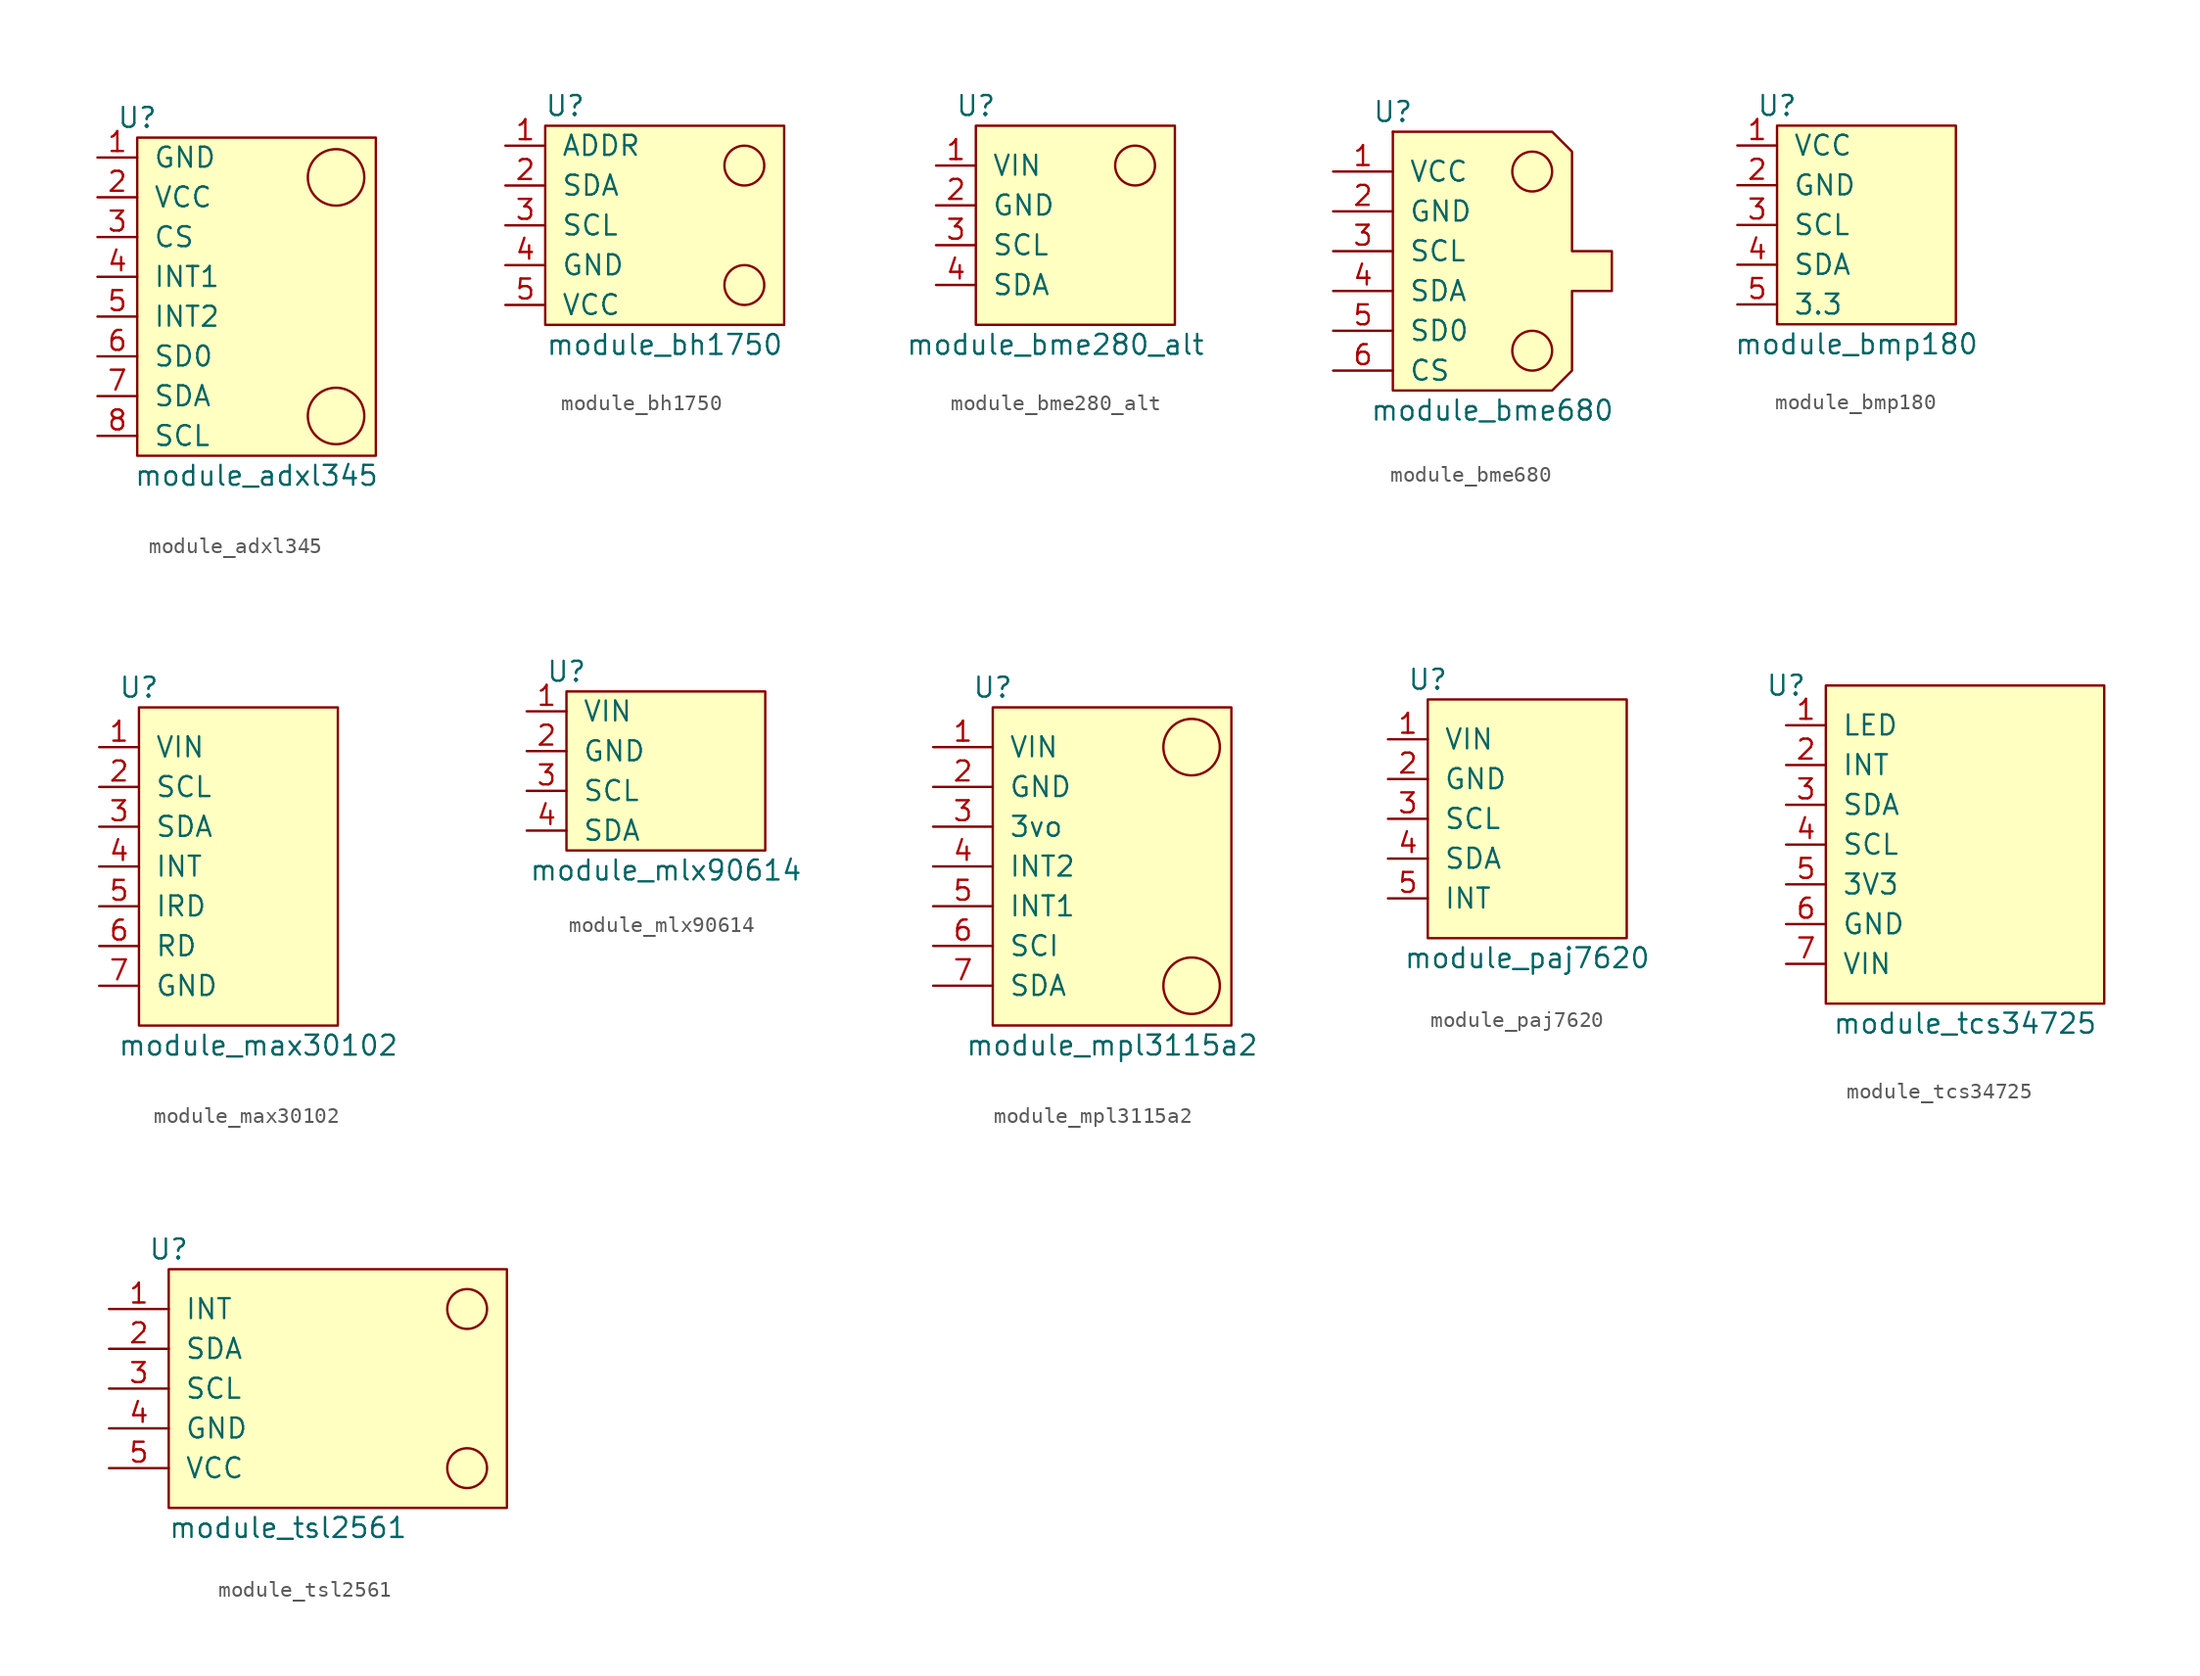
<source format=kicad_sym>
(kicad_symbol_lib
  (version 20211014)
  (generator kicad_symbol_editor)
  (symbol "module_adxl345"
    (pin_names
      (offset 1.016))
    (property "Reference" "U"
      (at 2.54 13.97 0)
      (effects (font (size 1.27 1.27))))
    (property "Value" "module_adxl345"
      (at 10.16 -8.89 0)
      (effects (font (size 1.27 1.27))))
    (symbol "module_adxl345_0_1"
      (rectangle (start 2.54 12.7) (end 17.78 -7.62) (stroke (width 0) (type default) (color 0 0 0 0)) (fill (type background)))
      (circle (center 15.24 -5.08) (radius 1.803) (stroke (width 0) (type default) (color 0 0 0 0)) (fill (type none)))
      (circle (center 15.24 10.16) (radius 1.803) (stroke (width 0) (type default) (color 0 0 0 0)) (fill (type none))))
    (symbol "module_adxl345_1_1"
      (pin input line (at 0 11.43 0) (length 2.54) (name "GND" (effects (font (size 1.27 1.27)))) (number "1" (effects (font (size 1.27 1.27)))))
      (pin input line (at 0 8.89 0) (length 2.54) (name "VCC" (effects (font (size 1.27 1.27)))) (number "2" (effects (font (size 1.27 1.27)))))
      (pin input line (at 0 6.35 0) (length 2.54) (name "CS" (effects (font (size 1.27 1.27)))) (number "3" (effects (font (size 1.27 1.27)))))
      (pin input line (at 0 3.81 0) (length 2.54) (name "INT1" (effects (font (size 1.27 1.27)))) (number "4" (effects (font (size 1.27 1.27)))))
      (pin input line (at 0 1.27 0) (length 2.54) (name "INT2" (effects (font (size 1.27 1.27)))) (number "5" (effects (font (size 1.27 1.27)))))
      (pin input line (at 0 -1.27 0) (length 2.54) (name "SD0" (effects (font (size 1.27 1.27)))) (number "6" (effects (font (size 1.27 1.27)))))
      (pin input line (at 0 -3.81 0) (length 2.54) (name "SDA" (effects (font (size 1.27 1.27)))) (number "7" (effects (font (size 1.27 1.27)))))
      (pin input line (at 0 -6.35 0) (length 2.54) (name "SCL" (effects (font (size 1.27 1.27)))) (number "8" (effects (font (size 1.27 1.27)))))))
  (symbol "module_bh1750"
    (pin_names
      (offset 1.016))
    (property "Reference" "U"
      (at 3.81 10.16 0)
      (effects (font (size 1.27 1.27))))
    (property "Value" "module_bh1750"
      (at 10.16 -5.08 0)
      (effects (font (size 1.27 1.27))))
    (symbol "module_bh1750_0_1"
      (rectangle (start 2.54 8.89) (end 17.78 -3.81) (stroke (width 0) (type default) (color 0 0 0 0)) (fill (type background)))
      (circle (center 15.24 -1.27) (radius 1.27) (stroke (width 0) (type default) (color 0 0 0 0)) (fill (type none)))
      (circle (center 15.24 6.35) (radius 1.27) (stroke (width 0) (type default) (color 0 0 0 0)) (fill (type none))))
    (symbol "module_bh1750_1_1"
      (pin input line (at 0 7.62 0) (length 2.54) (name "ADDR" (effects (font (size 1.27 1.27)))) (number "1" (effects (font (size 1.27 1.27)))))
      (pin input line (at 0 5.08 0) (length 2.54) (name "SDA" (effects (font (size 1.27 1.27)))) (number "2" (effects (font (size 1.27 1.27)))))
      (pin input line (at 0 2.54 0) (length 2.54) (name "SCL" (effects (font (size 1.27 1.27)))) (number "3" (effects (font (size 1.27 1.27)))))
      (pin input line (at 0 0 0) (length 2.54) (name "GND" (effects (font (size 1.27 1.27)))) (number "4" (effects (font (size 1.27 1.27)))))
      (pin input line (at 0 -2.54 0) (length 2.54) (name "VCC" (effects (font (size 1.27 1.27)))) (number "5" (effects (font (size 1.27 1.27)))))))
  (symbol "module_bme280_alt"
    (pin_names
      (offset 1.016))
    (property "Reference" "U"
      (at 2.54 17.78 0)
      (effects (font (size 1.27 1.27))))
    (property "Value" "module_bme280_alt"
      (at 7.62 2.54 0)
      (effects (font (size 1.27 1.27))))
    (symbol "module_bme280_alt_0_1"
      (rectangle (start 2.54 16.51) (end 15.24 3.81) (stroke (width 0) (type default) (color 0 0 0 0)) (fill (type background)))
      (circle (center 12.7 13.97) (radius 1.27) (stroke (width 0) (type default) (color 0 0 0 0)) (fill (type none))))
    (symbol "module_bme280_alt_1_1"
      (pin input line (at 0 13.97 0) (length 2.54) (name "VIN" (effects (font (size 1.27 1.27)))) (number "1" (effects (font (size 1.27 1.27)))))
      (pin input line (at 0 11.43 0) (length 2.54) (name "GND" (effects (font (size 1.27 1.27)))) (number "2" (effects (font (size 1.27 1.27)))))
      (pin input line (at 0 8.89 0) (length 2.54) (name "SCL" (effects (font (size 1.27 1.27)))) (number "3" (effects (font (size 1.27 1.27)))))
      (pin input line (at 0 6.35 0) (length 2.54) (name "SDA" (effects (font (size 1.27 1.27)))) (number "4" (effects (font (size 1.27 1.27)))))))
  (symbol "module_bme680"
    (pin_names
      (offset 1.016))
    (property "Reference" "U"
      (at 1.27 17.78 0)
      (effects (font (size 1.27 1.27))))
    (property "Value" "module_bme680"
      (at 7.62 -1.27 0)
      (effects (font (size 1.27 1.27))))
    (symbol "module_bme680_0_1"
      (polyline (pts (xy 1.27 16.51) (xy 1.27 16.51)) (stroke (width 0) (type default) (color 0 0 0 0)) (fill (type none)))
      (polyline (pts (xy 1.27 13.97) (xy 1.27 16.51) (xy 11.43 16.51) (xy 12.7 15.24) (xy 12.7 8.89) (xy 15.24 8.89) (xy 15.24 6.35) (xy 12.7 6.35) (xy 12.7 1.27) (xy 11.43 0) (xy 1.27 0) (xy 1.27 13.97) (xy 1.27 16.51)) (stroke (width 0) (type default) (color 0 0 0 0)) (fill (type background)))
      (circle (center 10.16 2.54) (radius 1.27) (stroke (width 0) (type default) (color 0 0 0 0)) (fill (type none)))
      (circle (center 10.16 13.97) (radius 1.27) (stroke (width 0) (type default) (color 0 0 0 0)) (fill (type none))))
    (symbol "module_bme680_1_1"
      (pin passive line (at -2.54 13.97 0) (length 3.81) (name "VCC" (effects (font (size 1.27 1.27)))) (number "1" (effects (font (size 1.27 1.27)))))
      (pin passive line (at -2.54 11.43 0) (length 3.81) (name "GND" (effects (font (size 1.27 1.27)))) (number "2" (effects (font (size 1.27 1.27)))))
      (pin passive line (at -2.54 8.89 0) (length 3.81) (name "SCL" (effects (font (size 1.27 1.27)))) (number "3" (effects (font (size 1.27 1.27)))))
      (pin passive line (at -2.54 6.35 0) (length 3.81) (name "SDA" (effects (font (size 1.27 1.27)))) (number "4" (effects (font (size 1.27 1.27)))))
      (pin passive line (at -2.54 3.81 0) (length 3.81) (name "SD0" (effects (font (size 1.27 1.27)))) (number "5" (effects (font (size 1.27 1.27)))))
      (pin passive line (at -2.54 1.27 0) (length 3.81) (name "CS" (effects (font (size 1.27 1.27)))) (number "6" (effects (font (size 1.27 1.27)))))))
  (symbol "module_bmp180"
    (pin_names
      (offset 1.016))
    (property "Reference" "U"
      (at 2.54 11.43 0)
      (effects (font (size 1.27 1.27))))
    (property "Value" "module_bmp180"
      (at 7.62 -3.81 0)
      (effects (font (size 1.27 1.27))))
    (symbol "module_bmp180_0_1"
      (rectangle (start 2.54 10.16) (end 13.97 -2.54) (stroke (width 0) (type default) (color 0 0 0 0)) (fill (type background))))
    (symbol "module_bmp180_1_1"
      (pin input line (at 0 8.89 0) (length 2.54) (name "VCC" (effects (font (size 1.27 1.27)))) (number "1" (effects (font (size 1.27 1.27)))))
      (pin input line (at 0 6.35 0) (length 2.54) (name "GND" (effects (font (size 1.27 1.27)))) (number "2" (effects (font (size 1.27 1.27)))))
      (pin input line (at 0 3.81 0) (length 2.54) (name "SCL" (effects (font (size 1.27 1.27)))) (number "3" (effects (font (size 1.27 1.27)))))
      (pin input line (at 0 1.27 0) (length 2.54) (name "SDA" (effects (font (size 1.27 1.27)))) (number "4" (effects (font (size 1.27 1.27)))))
      (pin input line (at 0 -1.27 0) (length 2.54) (name "3.3" (effects (font (size 1.27 1.27)))) (number "5" (effects (font (size 1.27 1.27)))))))
  (symbol "module_max30102"
    (pin_names
      (offset 1.016))
    (property "Reference" "U"
      (at 2.54 12.7 0)
      (effects (font (size 1.27 1.27))))
    (property "Value" "module_max30102"
      (at 10.16 -10.16 0)
      (effects (font (size 1.27 1.27))))
    (symbol "module_max30102_0_1"
      (rectangle (start 2.54 11.43) (end 15.24 -8.89) (stroke (width 0) (type default) (color 0 0 0 0)) (fill (type background))))
    (symbol "module_max30102_1_1"
      (pin input line (at 0 8.89 0) (length 2.54) (name "VIN" (effects (font (size 1.27 1.27)))) (number "1" (effects (font (size 1.27 1.27)))))
      (pin input line (at 0 6.35 0) (length 2.54) (name "SCL" (effects (font (size 1.27 1.27)))) (number "2" (effects (font (size 1.27 1.27)))))
      (pin input line (at 0 3.81 0) (length 2.54) (name "SDA" (effects (font (size 1.27 1.27)))) (number "3" (effects (font (size 1.27 1.27)))))
      (pin input line (at 0 1.27 0) (length 2.54) (name "INT" (effects (font (size 1.27 1.27)))) (number "4" (effects (font (size 1.27 1.27)))))
      (pin input line (at 0 -1.27 0) (length 2.54) (name "IRD" (effects (font (size 1.27 1.27)))) (number "5" (effects (font (size 1.27 1.27)))))
      (pin input line (at 0 -3.81 0) (length 2.54) (name "RD" (effects (font (size 1.27 1.27)))) (number "6" (effects (font (size 1.27 1.27)))))
      (pin input line (at 0 -6.35 0) (length 2.54) (name "GND" (effects (font (size 1.27 1.27)))) (number "7" (effects (font (size 1.27 1.27)))))))
  (symbol "module_mlx90614"
    (pin_names
      (offset 1.016))
    (property "Reference" "U"
      (at 2.54 11.43 0)
      (effects (font (size 1.27 1.27))))
    (property "Value" "module_mlx90614"
      (at 8.89 -1.27 0)
      (effects (font (size 1.27 1.27))))
    (symbol "module_mlx90614_0_1"
      (rectangle (start 2.54 10.16) (end 15.24 0) (stroke (width 0) (type default) (color 0 0 0 0)) (fill (type background))))
    (symbol "module_mlx90614_1_1"
      (pin input line (at 0 8.89 0) (length 2.54) (name "VIN" (effects (font (size 1.27 1.27)))) (number "1" (effects (font (size 1.27 1.27)))))
      (pin input line (at 0 6.35 0) (length 2.54) (name "GND" (effects (font (size 1.27 1.27)))) (number "2" (effects (font (size 1.27 1.27)))))
      (pin input line (at 0 3.81 0) (length 2.54) (name "SCL" (effects (font (size 1.27 1.27)))) (number "3" (effects (font (size 1.27 1.27)))))
      (pin input line (at 0 1.27 0) (length 2.54) (name "SDA" (effects (font (size 1.27 1.27)))) (number "4" (effects (font (size 1.27 1.27)))))))
  (symbol "module_mpl3115a2"
    (pin_names
      (offset 1.016))
    (property "Reference" "U"
      (at 3.81 12.7 0)
      (effects (font (size 1.27 1.27))))
    (property "Value" "module_mpl3115a2"
      (at 11.43 -10.16 0)
      (effects (font (size 1.27 1.27))))
    (symbol "module_mpl3115a2_0_1"
      (rectangle (start 3.81 11.43) (end 19.05 -8.89) (stroke (width 0) (type default) (color 0 0 0 0)) (fill (type background)))
      (circle (center 16.51 -6.35) (radius 1.803) (stroke (width 0) (type default) (color 0 0 0 0)) (fill (type none)))
      (circle (center 16.51 8.89) (radius 1.803) (stroke (width 0) (type default) (color 0 0 0 0)) (fill (type none))))
    (symbol "module_mpl3115a2_1_1"
      (pin passive line (at 0 8.89 0) (length 3.81) (name "VIN" (effects (font (size 1.27 1.27)))) (number "1" (effects (font (size 1.27 1.27)))))
      (pin passive line (at 0 6.35 0) (length 3.81) (name "GND" (effects (font (size 1.27 1.27)))) (number "2" (effects (font (size 1.27 1.27)))))
      (pin passive line (at 0 3.81 0) (length 3.81) (name "3vo" (effects (font (size 1.27 1.27)))) (number "3" (effects (font (size 1.27 1.27)))))
      (pin passive line (at 0 1.27 0) (length 3.81) (name "INT2" (effects (font (size 1.27 1.27)))) (number "4" (effects (font (size 1.27 1.27)))))
      (pin passive line (at 0 -1.27 0) (length 3.81) (name "INT1" (effects (font (size 1.27 1.27)))) (number "5" (effects (font (size 1.27 1.27)))))
      (pin passive line (at 0 -3.81 0) (length 3.81) (name "SCI" (effects (font (size 1.27 1.27)))) (number "6" (effects (font (size 1.27 1.27)))))
      (pin passive line (at 0 -6.35 0) (length 3.81) (name "SDA" (effects (font (size 1.27 1.27)))) (number "7" (effects (font (size 1.27 1.27)))))))
  (symbol "module_paj7620"
    (pin_names
      (offset 1.016))
    (property "Reference" "U"
      (at 2.54 13.97 0)
      (effects (font (size 1.27 1.27))))
    (property "Value" "module_paj7620"
      (at 8.89 -3.81 0)
      (effects (font (size 1.27 1.27))))
    (symbol "module_paj7620_0_1"
      (rectangle (start 2.54 12.7) (end 15.24 -2.54) (stroke (width 0) (type default) (color 0 0 0 0)) (fill (type background))))
    (symbol "module_paj7620_1_1"
      (pin input line (at 0 10.16 0) (length 2.54) (name "VIN" (effects (font (size 1.27 1.27)))) (number "1" (effects (font (size 1.27 1.27)))))
      (pin input line (at 0 7.62 0) (length 2.54) (name "GND" (effects (font (size 1.27 1.27)))) (number "2" (effects (font (size 1.27 1.27)))))
      (pin input line (at 0 5.08 0) (length 2.54) (name "SCL" (effects (font (size 1.27 1.27)))) (number "3" (effects (font (size 1.27 1.27)))))
      (pin input line (at 0 2.54 0) (length 2.54) (name "SDA" (effects (font (size 1.27 1.27)))) (number "4" (effects (font (size 1.27 1.27)))))
      (pin input line (at 0 0 0) (length 2.54) (name "INT" (effects (font (size 1.27 1.27)))) (number "5" (effects (font (size 1.27 1.27)))))))
  (symbol "module_tcs34725"
    (pin_names
      (offset 1.016))
    (property "Reference" "U"
      (at 0 17.78 0)
      (effects (font (size 1.27 1.27))))
    (property "Value" "module_tcs34725"
      (at 11.43 -3.81 0)
      (effects (font (size 1.27 1.27))))
    (symbol "module_tcs34725_0_1"
      (rectangle (start 2.54 17.78) (end 20.32 -2.54) (stroke (width 0) (type default) (color 0 0 0 0)) (fill (type background))))
    (symbol "module_tcs34725_1_1"
      (pin input line (at 0 15.24 0) (length 2.54) (name "LED" (effects (font (size 1.27 1.27)))) (number "1" (effects (font (size 1.27 1.27)))))
      (pin input line (at 0 12.7 0) (length 2.54) (name "INT" (effects (font (size 1.27 1.27)))) (number "2" (effects (font (size 1.27 1.27)))))
      (pin input line (at 0 10.16 0) (length 2.54) (name "SDA" (effects (font (size 1.27 1.27)))) (number "3" (effects (font (size 1.27 1.27)))))
      (pin input line (at 0 7.62 0) (length 2.54) (name "SCL" (effects (font (size 1.27 1.27)))) (number "4" (effects (font (size 1.27 1.27)))))
      (pin input line (at 0 5.08 0) (length 2.54) (name "3V3" (effects (font (size 1.27 1.27)))) (number "5" (effects (font (size 1.27 1.27)))))
      (pin input line (at 0 2.54 0) (length 2.54) (name "GND" (effects (font (size 1.27 1.27)))) (number "6" (effects (font (size 1.27 1.27)))))
      (pin input line (at 0 0 0) (length 2.54) (name "VIN" (effects (font (size 1.27 1.27)))) (number "7" (effects (font (size 1.27 1.27)))))))
  (symbol "module_tsl2561"
    (pin_names
      (offset 1.016))
    (property "Reference" "U"
      (at 3.81 7.62 0)
      (effects (font (size 1.27 1.27))))
    (property "Value" "module_tsl2561"
      (at 11.43 -10.16 0)
      (effects (font (size 1.27 1.27))))
    (symbol "module_tsl2561_0_1"
      (rectangle (start 3.81 6.35) (end 25.4 -8.89) (stroke (width 0) (type default) (color 0 0 0 0)) (fill (type background)))
      (circle (center 22.86 -6.35) (radius 1.27) (stroke (width 0) (type default) (color 0 0 0 0)) (fill (type none)))
      (circle (center 22.86 3.81) (radius 1.27) (stroke (width 0) (type default) (color 0 0 0 0)) (fill (type none))))
    (symbol "module_tsl2561_1_1"
      (pin passive line (at 0 3.81 0) (length 3.81) (name "INT" (effects (font (size 1.27 1.27)))) (number "1" (effects (font (size 1.27 1.27)))))
      (pin passive line (at 0 1.27 0) (length 3.81) (name "SDA" (effects (font (size 1.27 1.27)))) (number "2" (effects (font (size 1.27 1.27)))))
      (pin passive line (at 0 -1.27 0) (length 3.81) (name "SCL" (effects (font (size 1.27 1.27)))) (number "3" (effects (font (size 1.27 1.27)))))
      (pin passive line (at 0 -3.81 0) (length 3.81) (name "GND" (effects (font (size 1.27 1.27)))) (number "4" (effects (font (size 1.27 1.27)))))
      (pin passive line (at 0 -6.35 0) (length 3.81) (name "VCC" (effects (font (size 1.27 1.27)))) (number "5" (effects (font (size 1.27 1.27))))))))
</source>
